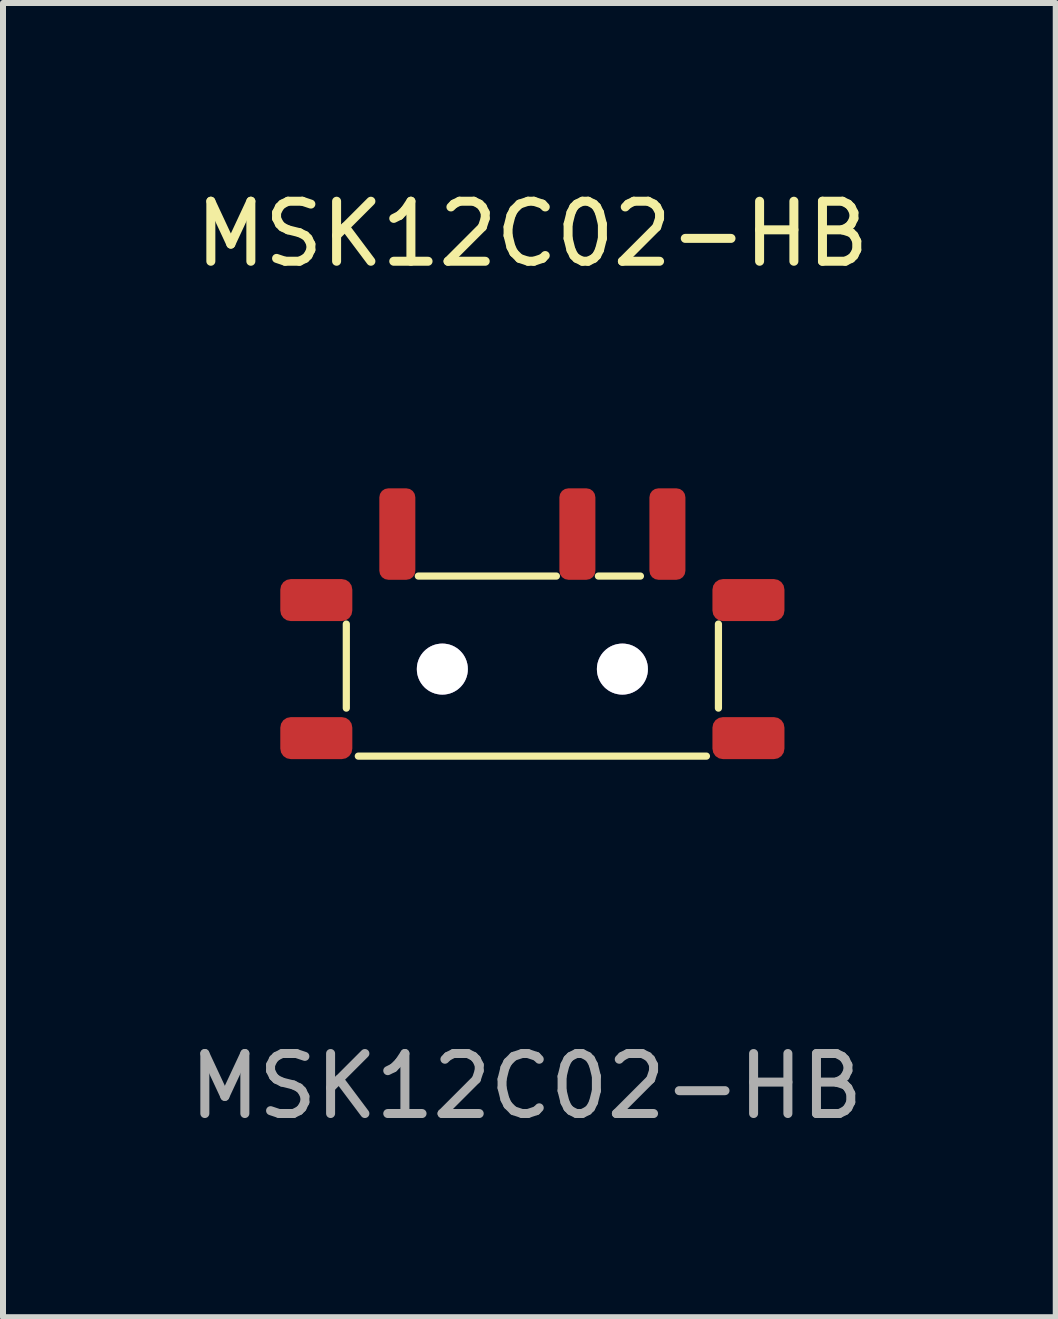
<source format=kicad_pcb>
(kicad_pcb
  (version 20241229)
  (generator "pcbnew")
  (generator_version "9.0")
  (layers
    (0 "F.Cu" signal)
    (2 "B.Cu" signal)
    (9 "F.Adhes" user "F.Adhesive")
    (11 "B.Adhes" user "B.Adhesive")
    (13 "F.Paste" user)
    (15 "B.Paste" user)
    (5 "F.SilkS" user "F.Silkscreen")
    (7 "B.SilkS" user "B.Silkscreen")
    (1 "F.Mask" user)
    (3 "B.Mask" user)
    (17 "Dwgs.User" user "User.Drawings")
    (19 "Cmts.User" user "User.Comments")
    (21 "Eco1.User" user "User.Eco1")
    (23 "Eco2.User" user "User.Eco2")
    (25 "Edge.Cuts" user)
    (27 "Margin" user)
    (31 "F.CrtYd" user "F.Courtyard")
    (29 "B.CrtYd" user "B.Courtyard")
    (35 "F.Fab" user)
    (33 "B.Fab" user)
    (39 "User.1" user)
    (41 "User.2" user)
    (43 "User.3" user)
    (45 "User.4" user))
  (footprint "MSK12C02-HB"
    (layer "F.Cu")
    (at 5.82 7.548)
    (property "Reference" "MSK12C02-HB" (at 0 -6.7 0) (unlocked yes) (layer "F.SilkS") (effects (font (size 1 1) (thickness 0.15))))
    (attr smd)
    (fp_line (start -3.1 -0.2) (end -3.1 1.2) (stroke (width 0.12) (type solid)) (layer "F.SilkS"))
    (fp_line (start -1.9 -1) (end 0.4 -1) (stroke (width 0.12) (type solid)) (layer "F.SilkS"))
    (fp_line (start 1.1 -1) (end 1.8 -1) (stroke (width 0.12) (type solid)) (layer "F.SilkS"))
    (fp_line (start 2.9 2) (end -2.9 2) (stroke (width 0.12) (type solid)) (layer "F.SilkS"))
    (fp_line (start 3.1 -0.2) (end 3.1 1.2) (stroke (width 0.12) (type solid)) (layer "F.SilkS"))
    (fp_text user "${REFERENCE}" (at -0.1 7.5 0) (unlocked yes) (layer "F.Fab") (effects (font (size 1 1) (thickness 0.15))))
    (pad "" smd roundrect (at -3.6 -0.6) (size 1.2 0.7) (layers "F.Cu" "F.Mask" "F.Paste") (roundrect_rratio 0.25))
    (pad "" smd roundrect (at -3.6 1.7) (size 1.2 0.7) (layers "F.Cu" "F.Mask" "F.Paste") (roundrect_rratio 0.25))
    (pad "" thru_hole circle (at -1.5 0.55) (size 0.85 0.85) (drill 0.85) (layers "*.Cu" "*.Mask"))
    (pad "" thru_hole circle (at 1.5 0.55) (size 0.85 0.85) (drill 0.85) (layers "*.Cu" "*.Mask"))
    (pad "" smd roundrect (at 3.6 -0.6) (size 1.2 0.7) (layers "F.Cu" "F.Mask" "F.Paste") (roundrect_rratio 0.25))
    (pad "" smd roundrect (at 3.6 1.7) (size 1.2 0.7) (layers "F.Cu" "F.Mask" "F.Paste") (roundrect_rratio 0.25))
    (pad "1" smd roundrect (at -2.25 -1.7 90) (size 1.524 0.6) (layers "F.Cu" "F.Mask" "F.Paste") (roundrect_rratio 0.25))
    (pad "2" smd roundrect (at 0.75 -1.7 90) (size 1.524 0.6) (layers "F.Cu" "F.Mask" "F.Paste") (roundrect_rratio 0.25))
    (pad "3" smd roundrect (at 2.25 -1.7 90) (size 1.524 0.6) (layers "F.Cu" "F.Mask" "F.Paste") (roundrect_rratio 0.25)))
  (gr_rect
    (start -3 -3)
    (end 14.54 18.896)
    (stroke (width 0.1) (type default))
    (fill no)
    (layer "Edge.Cuts")))
</source>
